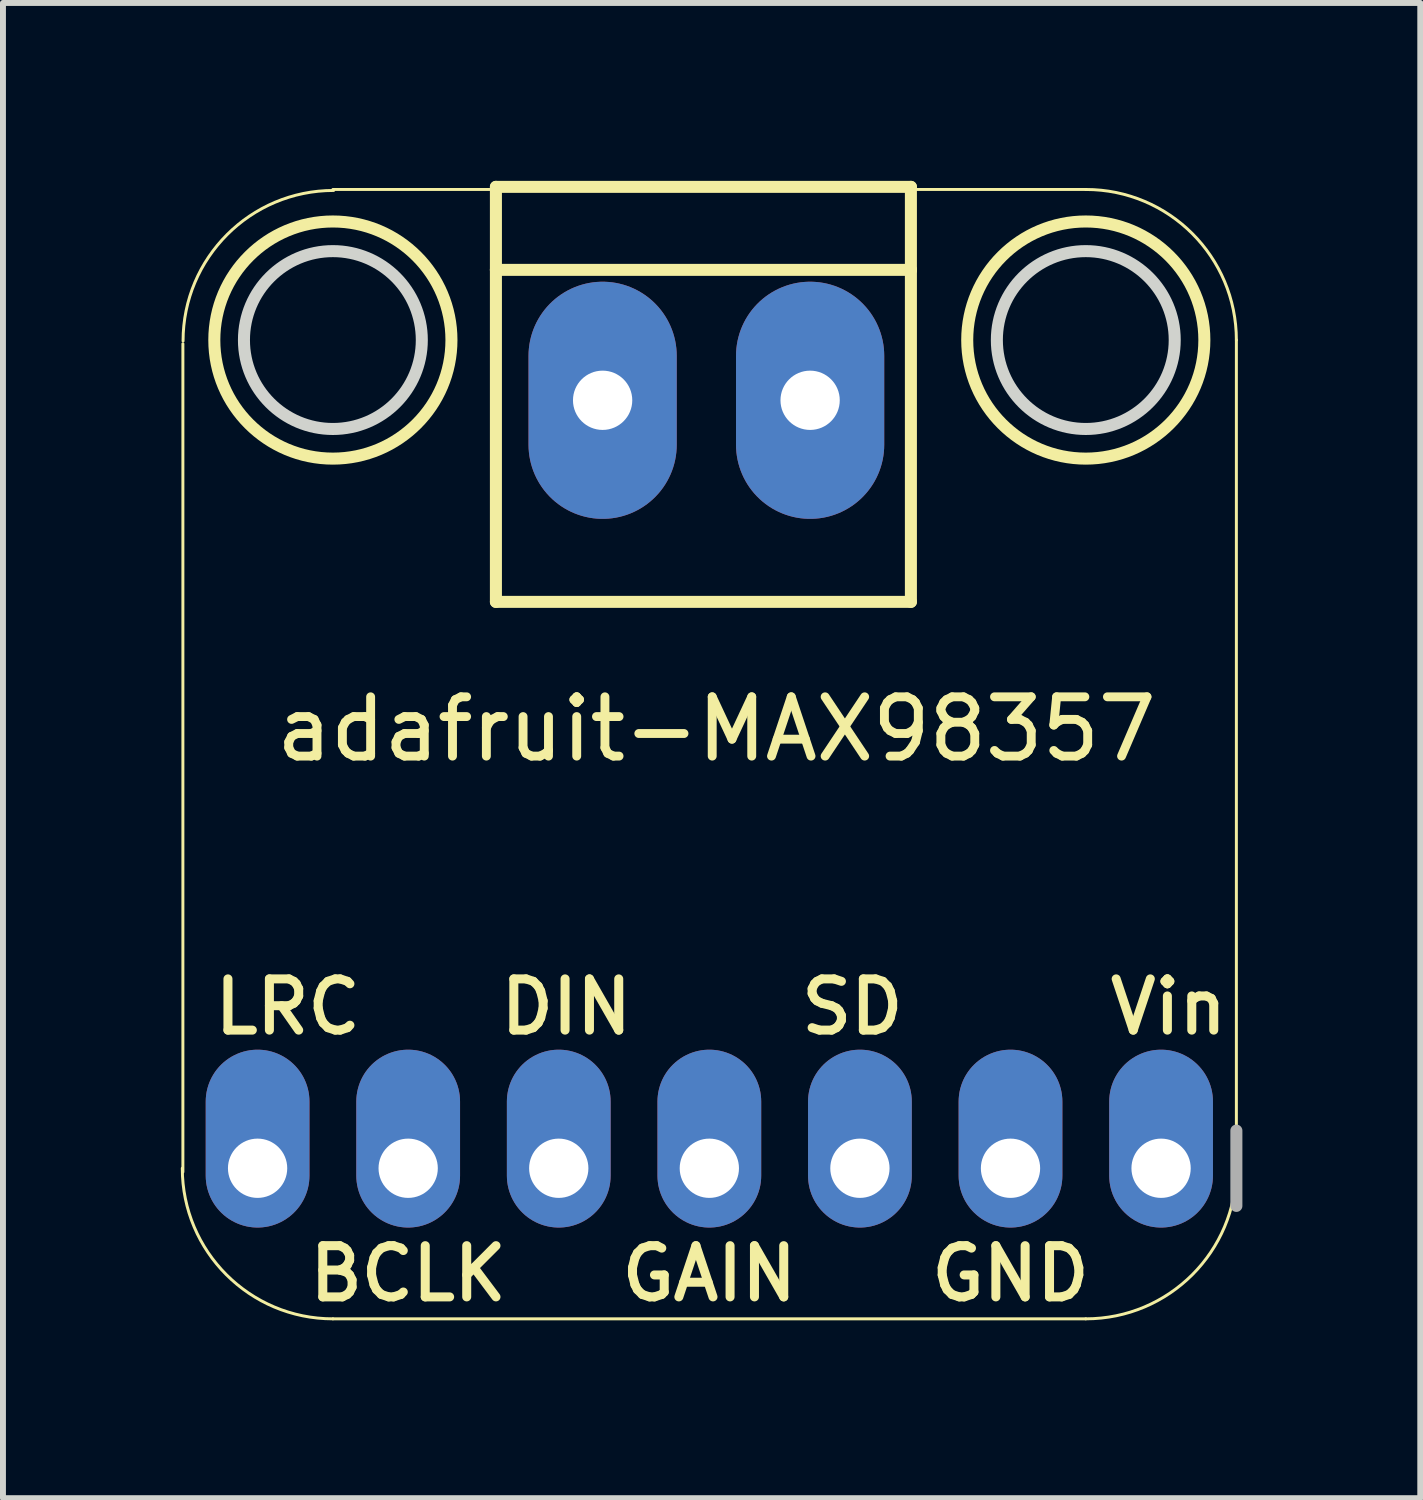
<source format=kicad_pcb>
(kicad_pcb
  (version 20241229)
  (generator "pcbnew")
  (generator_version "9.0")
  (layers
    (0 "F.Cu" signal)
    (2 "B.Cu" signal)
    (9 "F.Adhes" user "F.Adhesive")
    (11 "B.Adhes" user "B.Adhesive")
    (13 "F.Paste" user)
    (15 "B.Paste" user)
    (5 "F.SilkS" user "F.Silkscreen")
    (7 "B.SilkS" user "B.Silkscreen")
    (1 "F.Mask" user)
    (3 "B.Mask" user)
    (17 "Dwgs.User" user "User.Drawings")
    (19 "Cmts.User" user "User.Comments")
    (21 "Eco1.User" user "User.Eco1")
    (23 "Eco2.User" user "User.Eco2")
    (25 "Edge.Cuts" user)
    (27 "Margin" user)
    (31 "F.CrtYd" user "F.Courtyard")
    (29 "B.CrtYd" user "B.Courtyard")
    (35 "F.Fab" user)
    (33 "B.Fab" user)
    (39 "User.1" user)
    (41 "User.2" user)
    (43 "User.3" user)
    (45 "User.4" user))
  (footprint "adafruit-MAX98357"
    (layer "F.Cu")
    (at 9.035 9.749)
    (property "Reference" "adafruit-MAX98357" (at 0 -0.5 0) (unlocked yes) (layer "F.SilkS") (effects (font (size 1 1) (thickness 0.15))))
    (attr through_hole)
    (fp_line (start -9 -7) (end -9 6.97) (stroke (width 0.05) (type solid)) (layer "F.SilkS"))
    (fp_line (start -6.47 -9.603) (end 6.23 -9.603) (stroke (width 0.05) (type solid)) (layer "F.SilkS"))
    (fp_line (start -3.72 -9.647) (end -3.72 -8.247) (stroke (width 0.203) (type solid)) (layer "F.SilkS"))
    (fp_line (start -3.72 -8.247) (end -3.72 -2.647) (stroke (width 0.203) (type solid)) (layer "F.SilkS"))
    (fp_line (start -3.72 -2.647) (end 3.28 -2.647) (stroke (width 0.203) (type solid)) (layer "F.SilkS"))
    (fp_line (start 3.28 -9.647) (end -3.72 -9.647) (stroke (width 0.203) (type solid)) (layer "F.SilkS"))
    (fp_line (start 3.28 -8.247) (end -3.72 -8.247) (stroke (width 0.203) (type solid)) (layer "F.SilkS"))
    (fp_line (start 3.28 -8.247) (end 3.28 -9.647) (stroke (width 0.203) (type solid)) (layer "F.SilkS"))
    (fp_line (start 3.28 -2.647) (end 3.28 -8.247) (stroke (width 0.203) (type solid)) (layer "F.SilkS"))
    (fp_line (start 6.23 9.447) (end -6.47 9.447) (stroke (width 0.05) (type solid)) (layer "F.SilkS"))
    (fp_line (start 8.77 -7.063) (end 8.77 6.907) (stroke (width 0.05) (type solid)) (layer "F.SilkS"))
    (fp_arc (start -8.997238 -7.046548) (mid -8.253289 -8.842599) (end -6.457238 -9.586548) (stroke (width 0.05) (type solid)) (layer "F.SilkS"))
    (fp_arc (start -6.47 9.447) (mid -8.266051 8.703051) (end -9.01 6.907) (stroke (width 0.05) (type solid)) (layer "F.SilkS"))
    (fp_arc (start 6.23 -9.603) (mid 8.026051 -8.859051) (end 8.77 -7.063) (stroke (width 0.05) (type solid)) (layer "F.SilkS"))
    (fp_arc (start 8.77 6.907) (mid 8.026051 8.703051) (end 6.23 9.447) (stroke (width 0.05) (type solid)) (layer "F.SilkS"))
    (fp_circle (center -6.47 -7.063) (end -4.47 -7.063) (stroke (width 0.203) (type solid)) (fill no) (layer "F.SilkS"))
    (fp_circle (center 6.23 -7.063) (end 8.23 -7.063) (stroke (width 0.203) (type solid)) (fill no) (layer "F.SilkS"))
    (fp_circle (center -6.47 -7.063) (end -4.97 -7.063) (stroke (width 0.203) (type solid)) (fill no) (layer "Edge.Cuts"))
    (fp_circle (center 6.23 -7.063) (end 7.73 -7.063) (stroke (width 0.203) (type solid)) (fill no) (layer "Edge.Cuts"))
    (fp_line (start 8.77 7.542) (end 8.77 6.272) (stroke (width 0.203) (type solid)) (layer "F.Fab"))
    (fp_text user "BCLK" (at -5.2 8.685 180) (layer "F.SilkS") (effects (font (size 0.864 0.864) (thickness 0.152))))
    (fp_text user "GND" (at 4.96 8.685 180) (layer "F.SilkS") (effects (font (size 0.864 0.864) (thickness 0.152))))
    (fp_text user "Vin" (at 7.627 4.185 180) (layer "F.SilkS") (effects (font (size 0.864 0.864) (thickness 0.152))))
    (fp_text user "LRC" (at -7.232 4.185 180) (layer "F.SilkS") (effects (font (size 0.864 0.864) (thickness 0.152))))
    (fp_text user "DIN" (at -2.533 4.185 180) (layer "F.SilkS") (effects (font (size 0.864 0.864) (thickness 0.152))))
    (fp_text user "SD" (at 2.293 4.185 180) (layer "F.SilkS") (effects (font (size 0.864 0.864) (thickness 0.152))))
    (fp_text user "GAIN" (at -0.12 8.685 180) (layer "F.SilkS") (effects (font (size 0.864 0.864) (thickness 0.152))))
    (pad "1" thru_hole oval (at 7.5 6.907 270) (size 3 1.75) (drill 1 (offset -0.5 0)) (layers "*.Cu" "*.Mask"))
    (pad "2" thru_hole oval (at 4.96 6.907 270) (size 3 1.75) (drill 1 (offset -0.5 0)) (layers "*.Cu" "*.Mask"))
    (pad "3" thru_hole oval (at 2.42 6.907 270) (size 3 1.75) (drill 1 (offset -0.5 0)) (layers "*.Cu" "*.Mask"))
    (pad "4" thru_hole oval (at -0.12 6.907 270) (size 3 1.75) (drill 1 (offset -0.5 0)) (layers "*.Cu" "*.Mask"))
    (pad "5" thru_hole oval (at -2.66 6.907 270) (size 3 1.75) (drill 1 (offset -0.5 0)) (layers "*.Cu" "*.Mask"))
    (pad "6" thru_hole oval (at -5.2 6.907 270) (size 3 1.75) (drill 1 (offset -0.5 0)) (layers "*.Cu" "*.Mask"))
    (pad "7" thru_hole oval (at -7.74 6.907 270) (size 3 1.75) (drill 1 (offset -0.5 0)) (layers "*.Cu" "*.Mask"))
    (pad "8" thru_hole oval (at -1.92 -6.047 180) (size 2.5 4) (drill 1) (layers "*.Cu" "*.Mask"))
    (pad "9" thru_hole oval (at 1.58 -6.047 180) (size 2.5 4) (drill 1) (layers "*.Cu" "*.Mask")))
  (gr_rect
    (start -3 -3)
    (end 20.907 22.221)
    (stroke (width 0.1) (type default))
    (fill no)
    (layer "Edge.Cuts")))
</source>
